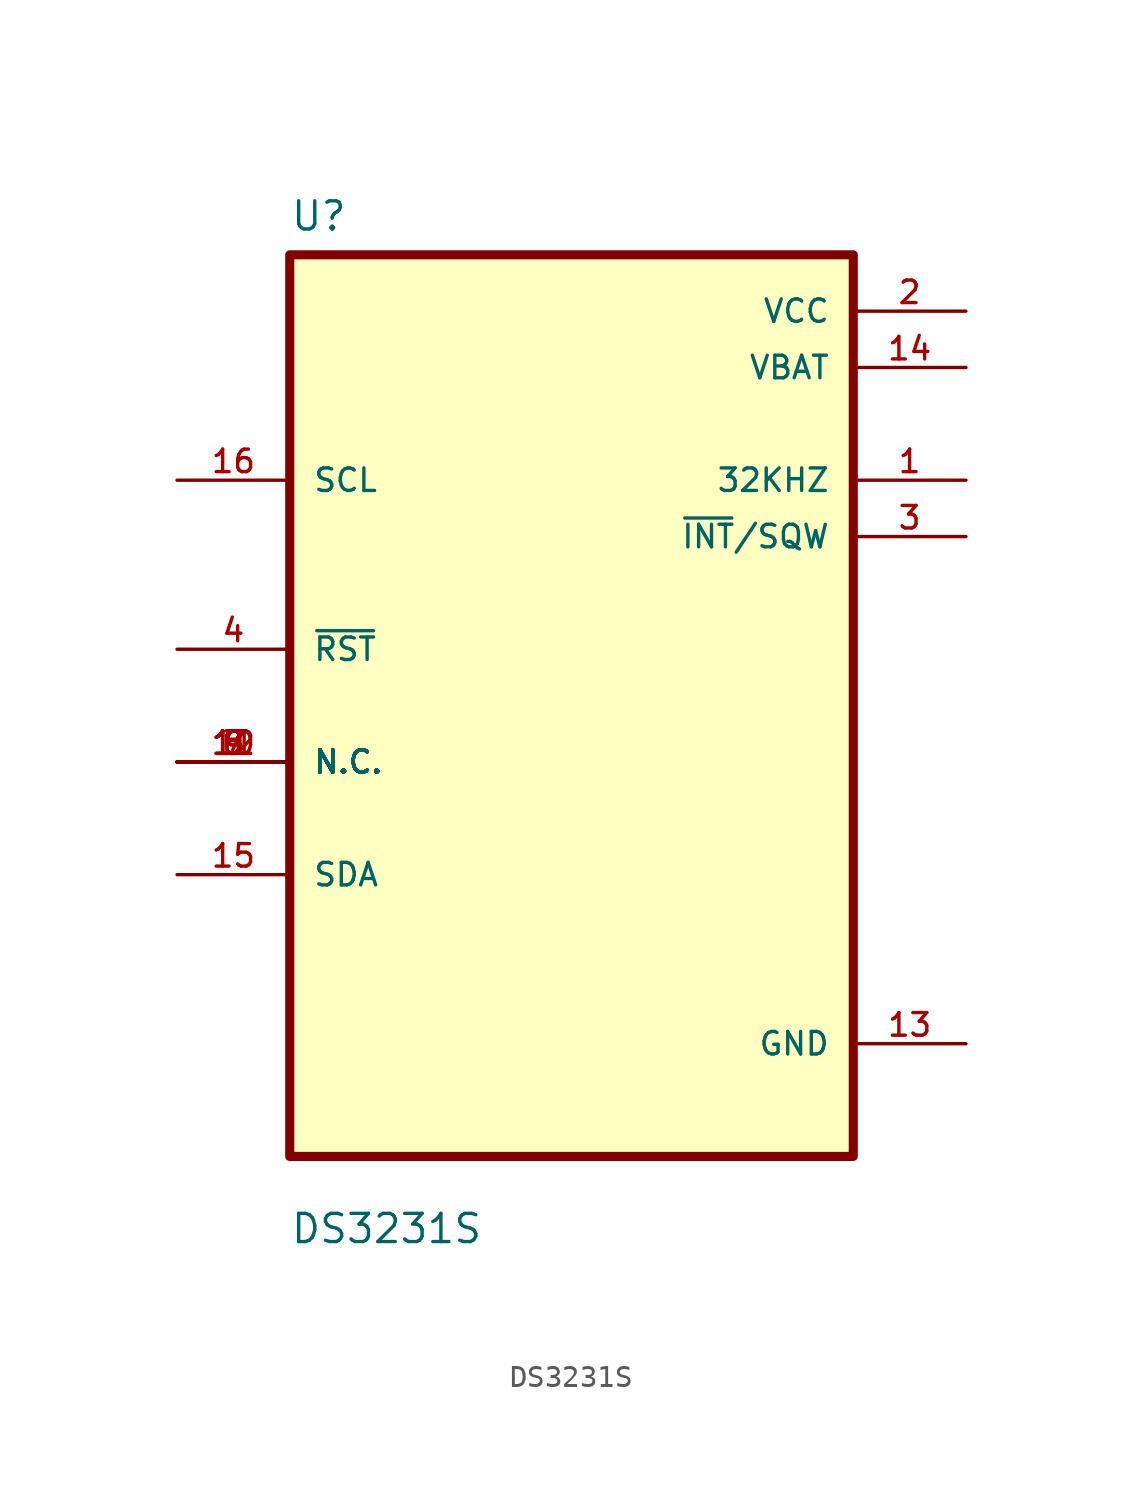
<source format=kicad_sym>
(kicad_symbol_lib
  (version 20211014)
  (generator kicad_symbol_editor)
  (symbol "DS3231S"
    (pin_names
      (offset 1.016))
    (property "Reference" "U"
      (at -12.7 21.32 0.0)
      (effects (font (size 1.27 1.27)) (justify bottom left)))
    (property "Value" "DS3231S"
      (at -12.7 -24.32 0.0)
      (effects (font (size 1.27 1.27)) (justify bottom left)))
    (symbol "DS3231S_0_0"
      (rectangle (start -12.7 -20.32) (end 12.7 20.32) (stroke (width 0.41)) (fill (type background)))
      (pin input line (at -17.78 10.16 0) (length 5.08) (name "SCL" (effects (font (size 1.016 1.016)))) (number "16" (effects (font (size 1.016 1.016)))))
      (pin bidirectional line (at -17.78 2.54 0) (length 5.08) (name "~{RST}" (effects (font (size 1.016 1.016)))) (number "4" (effects (font (size 1.016 1.016)))))
      (pin bidirectional line (at -17.78 -2.54 0) (length 5.08) (name "N.C." (effects (font (size 1.016 1.016)))) (number "5" (effects (font (size 1.016 1.016)))))
      (pin bidirectional line (at -17.78 -2.54 0) (length 5.08) (name "N.C." (effects (font (size 1.016 1.016)))) (number "7" (effects (font (size 1.016 1.016)))))
      (pin bidirectional line (at -17.78 -2.54 0) (length 5.08) (name "N.C." (effects (font (size 1.016 1.016)))) (number "10" (effects (font (size 1.016 1.016)))))
      (pin bidirectional line (at -17.78 -2.54 0) (length 5.08) (name "N.C." (effects (font (size 1.016 1.016)))) (number "11" (effects (font (size 1.016 1.016)))))
      (pin bidirectional line (at -17.78 -2.54 0) (length 5.08) (name "N.C." (effects (font (size 1.016 1.016)))) (number "12" (effects (font (size 1.016 1.016)))))
      (pin bidirectional line (at -17.78 -2.54 0) (length 5.08) (name "N.C." (effects (font (size 1.016 1.016)))) (number "8" (effects (font (size 1.016 1.016)))))
      (pin bidirectional line (at -17.78 -2.54 0) (length 5.08) (name "N.C." (effects (font (size 1.016 1.016)))) (number "9" (effects (font (size 1.016 1.016)))))
      (pin bidirectional line (at -17.78 -2.54 0) (length 5.08) (name "N.C." (effects (font (size 1.016 1.016)))) (number "6" (effects (font (size 1.016 1.016)))))
      (pin bidirectional line (at -17.78 -7.62 0) (length 5.08) (name "SDA" (effects (font (size 1.016 1.016)))) (number "15" (effects (font (size 1.016 1.016)))))
      (pin power_in line (at 17.78 17.78 180.0) (length 5.08) (name "VCC" (effects (font (size 1.016 1.016)))) (number "2" (effects (font (size 1.016 1.016)))))
      (pin power_in line (at 17.78 15.24 180.0) (length 5.08) (name "VBAT" (effects (font (size 1.016 1.016)))) (number "14" (effects (font (size 1.016 1.016)))))
      (pin output line (at 17.78 10.16 180.0) (length 5.08) (name "32KHZ" (effects (font (size 1.016 1.016)))) (number "1" (effects (font (size 1.016 1.016)))))
      (pin output line (at 17.78 7.62 180.0) (length 5.08) (name "~{INT}/SQW" (effects (font (size 1.016 1.016)))) (number "3" (effects (font (size 1.016 1.016)))))
      (pin power_in line (at 17.78 -15.24 180.0) (length 5.08) (name "GND" (effects (font (size 1.016 1.016)))) (number "13" (effects (font (size 1.016 1.016))))))))
</source>
